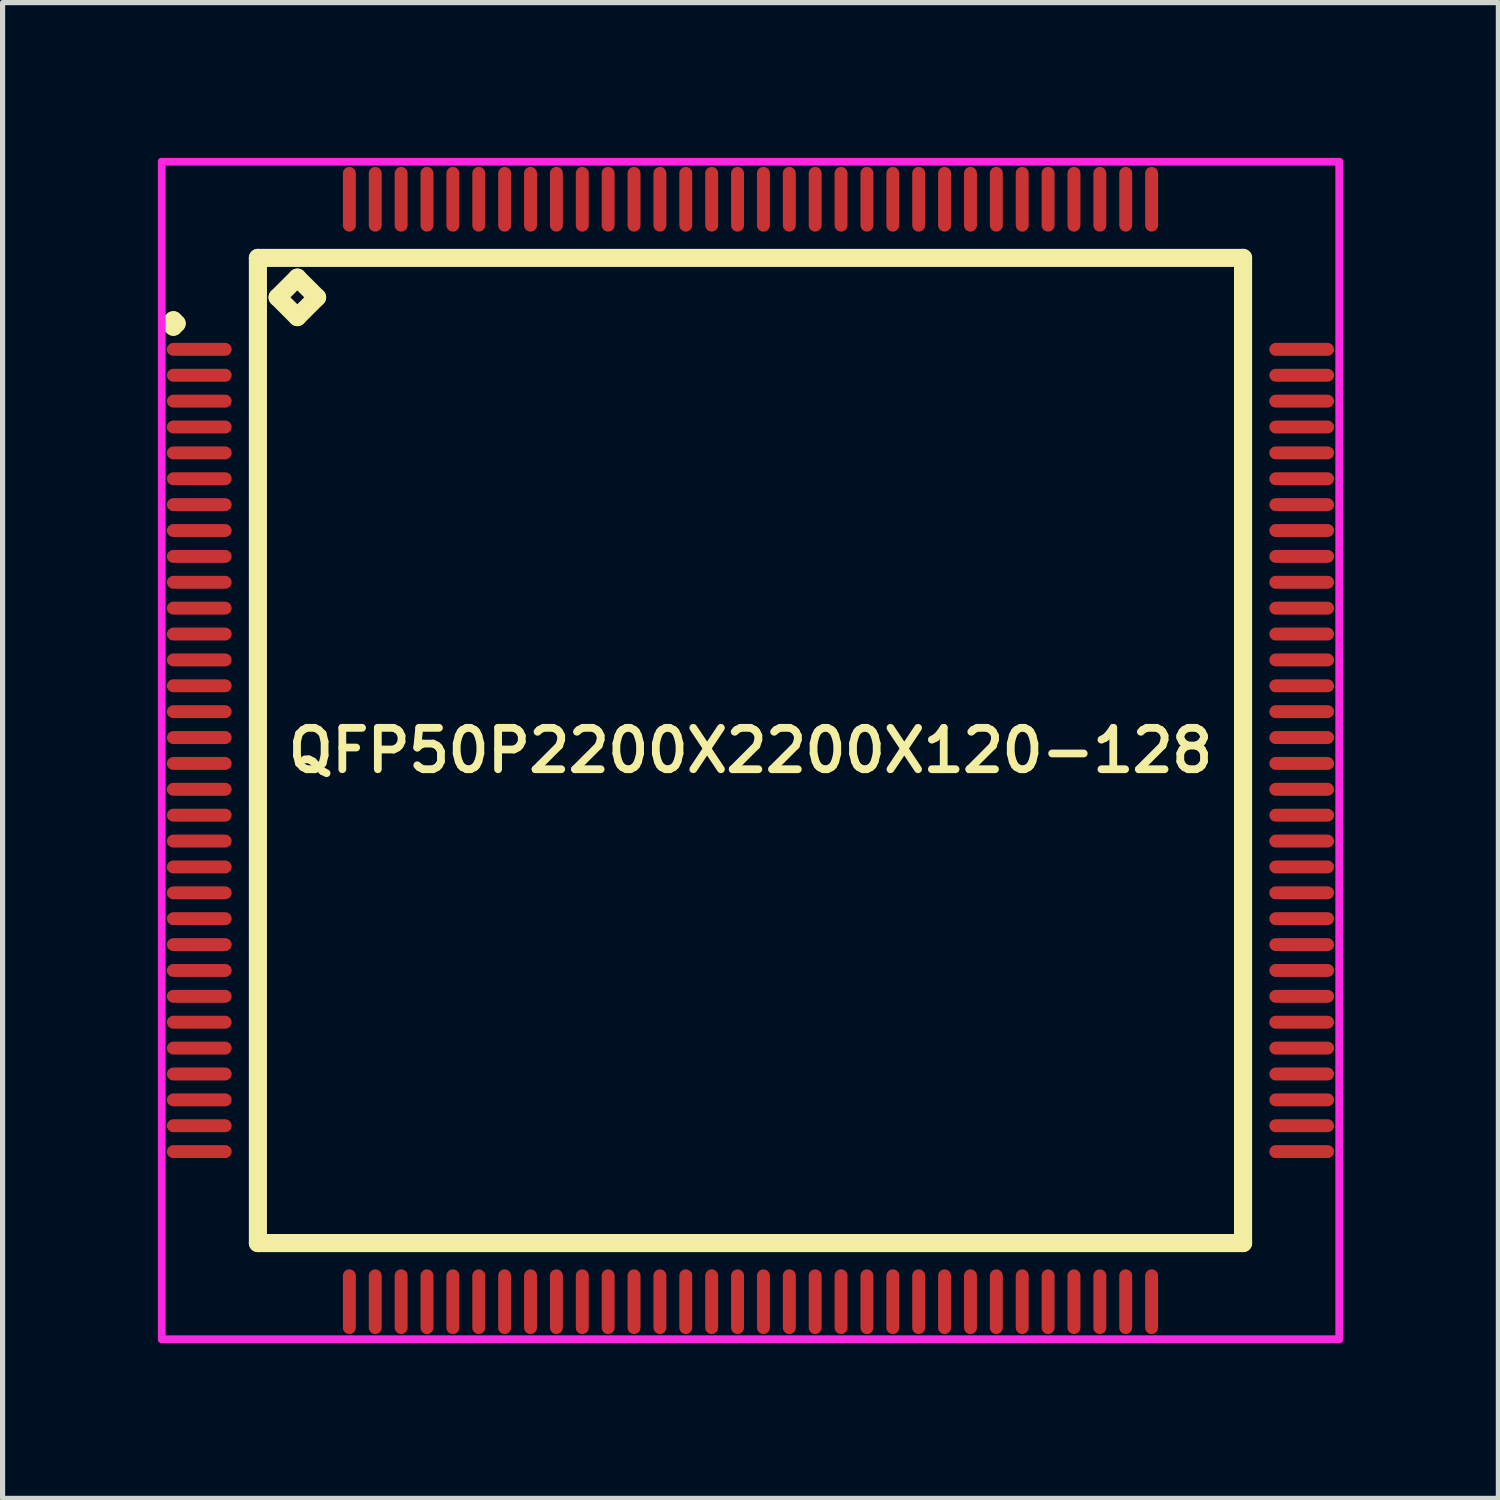
<source format=kicad_pcb>
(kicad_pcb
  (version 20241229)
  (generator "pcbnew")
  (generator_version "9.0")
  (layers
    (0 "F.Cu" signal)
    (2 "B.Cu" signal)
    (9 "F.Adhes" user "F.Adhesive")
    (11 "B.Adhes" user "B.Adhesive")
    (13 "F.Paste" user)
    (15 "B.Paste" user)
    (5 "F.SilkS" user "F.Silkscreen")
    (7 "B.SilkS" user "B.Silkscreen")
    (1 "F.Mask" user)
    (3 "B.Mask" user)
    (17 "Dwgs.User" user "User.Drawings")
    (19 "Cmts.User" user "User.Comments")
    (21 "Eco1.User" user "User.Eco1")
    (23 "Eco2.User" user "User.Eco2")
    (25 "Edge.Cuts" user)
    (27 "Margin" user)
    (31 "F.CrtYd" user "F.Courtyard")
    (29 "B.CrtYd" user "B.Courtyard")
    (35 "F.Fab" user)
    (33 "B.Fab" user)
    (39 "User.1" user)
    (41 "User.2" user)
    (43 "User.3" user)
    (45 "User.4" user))
  (footprint "QFP50P2200X2200X120-128"
    (layer "F.Cu")
    (at 11.45 11.45)
    (property "Reference" "QFP50P2200X2200X120-128" (at 0 0 0) (layer "F.SilkS") (effects (font (size 0.8 0.8) (thickness 0.15))))
    (attr smd)
    (fp_line (start -11.213 -8.25) (end -11.15 -8.312) (stroke (width 0.35) (type solid)) (layer "F.SilkS"))
    (fp_line (start -11.15 -8.312) (end -11.088 -8.25) (stroke (width 0.35) (type solid)) (layer "F.SilkS"))
    (fp_line (start -11.15 -8.188) (end -11.213 -8.25) (stroke (width 0.35) (type solid)) (layer "F.SilkS"))
    (fp_line (start -11.088 -8.25) (end -11.15 -8.188) (stroke (width 0.35) (type solid)) (layer "F.SilkS"))
    (fp_line (start -9.517 -9.517) (end -9.517 9.517) (stroke (width 0.35) (type solid)) (layer "F.SilkS"))
    (fp_line (start -9.517 9.517) (end 9.517 9.517) (stroke (width 0.35) (type solid)) (layer "F.SilkS"))
    (fp_line (start -9.136 -8.755) (end -8.755 -9.136) (stroke (width 0.35) (type solid)) (layer "F.SilkS"))
    (fp_line (start -8.755 -9.136) (end -8.374 -8.755) (stroke (width 0.35) (type solid)) (layer "F.SilkS"))
    (fp_line (start -8.755 -8.374) (end -9.136 -8.755) (stroke (width 0.35) (type solid)) (layer "F.SilkS"))
    (fp_line (start -8.374 -8.755) (end -8.755 -8.374) (stroke (width 0.35) (type solid)) (layer "F.SilkS"))
    (fp_line (start 9.517 -9.517) (end -9.517 -9.517) (stroke (width 0.35) (type solid)) (layer "F.SilkS"))
    (fp_line (start 9.517 9.517) (end 9.517 -9.517) (stroke (width 0.35) (type solid)) (layer "F.SilkS"))
    (fp_line (start -11.375 -11.375) (end 11.375 -11.375) (stroke (width 0.15) (type solid)) (layer "F.CrtYd"))
    (fp_line (start -11.375 11.375) (end -11.375 -11.375) (stroke (width 0.15) (type solid)) (layer "F.CrtYd"))
    (fp_line (start 11.375 -11.375) (end 11.375 11.375) (stroke (width 0.15) (type solid)) (layer "F.CrtYd"))
    (fp_line (start 11.375 11.375) (end -11.375 11.375) (stroke (width 0.15) (type solid)) (layer "F.CrtYd"))
    (pad "1" smd oval (at -10.65 -7.75) (size 1.25 0.25) (layers "F.Cu" "F.Mask" "F.Paste"))
    (pad "2" smd oval (at -10.65 -7.25) (size 1.25 0.25) (layers "F.Cu" "F.Mask" "F.Paste"))
    (pad "3" smd oval (at -10.65 -6.75) (size 1.25 0.25) (layers "F.Cu" "F.Mask" "F.Paste"))
    (pad "4" smd oval (at -10.65 -6.25) (size 1.25 0.25) (layers "F.Cu" "F.Mask" "F.Paste"))
    (pad "5" smd oval (at -10.65 -5.75) (size 1.25 0.25) (layers "F.Cu" "F.Mask" "F.Paste"))
    (pad "6" smd oval (at -10.65 -5.25) (size 1.25 0.25) (layers "F.Cu" "F.Mask" "F.Paste"))
    (pad "7" smd oval (at -10.65 -4.75) (size 1.25 0.25) (layers "F.Cu" "F.Mask" "F.Paste"))
    (pad "8" smd oval (at -10.65 -4.25) (size 1.25 0.25) (layers "F.Cu" "F.Mask" "F.Paste"))
    (pad "9" smd oval (at -10.65 -3.75) (size 1.25 0.25) (layers "F.Cu" "F.Mask" "F.Paste"))
    (pad "10" smd oval (at -10.65 -3.25) (size 1.25 0.25) (layers "F.Cu" "F.Mask" "F.Paste"))
    (pad "11" smd oval (at -10.65 -2.75) (size 1.25 0.25) (layers "F.Cu" "F.Mask" "F.Paste"))
    (pad "12" smd oval (at -10.65 -2.25) (size 1.25 0.25) (layers "F.Cu" "F.Mask" "F.Paste"))
    (pad "13" smd oval (at -10.65 -1.75) (size 1.25 0.25) (layers "F.Cu" "F.Mask" "F.Paste"))
    (pad "14" smd oval (at -10.65 -1.25) (size 1.25 0.25) (layers "F.Cu" "F.Mask" "F.Paste"))
    (pad "15" smd oval (at -10.65 -0.75) (size 1.25 0.25) (layers "F.Cu" "F.Mask" "F.Paste"))
    (pad "16" smd oval (at -10.65 -0.25) (size 1.25 0.25) (layers "F.Cu" "F.Mask" "F.Paste"))
    (pad "17" smd oval (at -10.65 0.25) (size 1.25 0.25) (layers "F.Cu" "F.Mask" "F.Paste"))
    (pad "18" smd oval (at -10.65 0.75) (size 1.25 0.25) (layers "F.Cu" "F.Mask" "F.Paste"))
    (pad "19" smd oval (at -10.65 1.25) (size 1.25 0.25) (layers "F.Cu" "F.Mask" "F.Paste"))
    (pad "20" smd oval (at -10.65 1.75) (size 1.25 0.25) (layers "F.Cu" "F.Mask" "F.Paste"))
    (pad "21" smd oval (at -10.65 2.25) (size 1.25 0.25) (layers "F.Cu" "F.Mask" "F.Paste"))
    (pad "22" smd oval (at -10.65 2.75) (size 1.25 0.25) (layers "F.Cu" "F.Mask" "F.Paste"))
    (pad "23" smd oval (at -10.65 3.25) (size 1.25 0.25) (layers "F.Cu" "F.Mask" "F.Paste"))
    (pad "24" smd oval (at -10.65 3.75) (size 1.25 0.25) (layers "F.Cu" "F.Mask" "F.Paste"))
    (pad "25" smd oval (at -10.65 4.25) (size 1.25 0.25) (layers "F.Cu" "F.Mask" "F.Paste"))
    (pad "26" smd oval (at -10.65 4.75) (size 1.25 0.25) (layers "F.Cu" "F.Mask" "F.Paste"))
    (pad "27" smd oval (at -10.65 5.25) (size 1.25 0.25) (layers "F.Cu" "F.Mask" "F.Paste"))
    (pad "28" smd oval (at -10.65 5.75) (size 1.25 0.25) (layers "F.Cu" "F.Mask" "F.Paste"))
    (pad "29" smd oval (at -10.65 6.25) (size 1.25 0.25) (layers "F.Cu" "F.Mask" "F.Paste"))
    (pad "30" smd oval (at -10.65 6.75) (size 1.25 0.25) (layers "F.Cu" "F.Mask" "F.Paste"))
    (pad "31" smd oval (at -10.65 7.25) (size 1.25 0.25) (layers "F.Cu" "F.Mask" "F.Paste"))
    (pad "32" smd oval (at -10.65 7.75) (size 1.25 0.25) (layers "F.Cu" "F.Mask" "F.Paste"))
    (pad "33" smd oval (at -7.75 10.65) (size 0.25 1.25) (layers "F.Cu" "F.Mask" "F.Paste"))
    (pad "34" smd oval (at -7.25 10.65) (size 0.25 1.25) (layers "F.Cu" "F.Mask" "F.Paste"))
    (pad "35" smd oval (at -6.75 10.65) (size 0.25 1.25) (layers "F.Cu" "F.Mask" "F.Paste"))
    (pad "36" smd oval (at -6.25 10.65) (size 0.25 1.25) (layers "F.Cu" "F.Mask" "F.Paste"))
    (pad "37" smd oval (at -5.75 10.65) (size 0.25 1.25) (layers "F.Cu" "F.Mask" "F.Paste"))
    (pad "38" smd oval (at -5.25 10.65) (size 0.25 1.25) (layers "F.Cu" "F.Mask" "F.Paste"))
    (pad "39" smd oval (at -4.75 10.65) (size 0.25 1.25) (layers "F.Cu" "F.Mask" "F.Paste"))
    (pad "40" smd oval (at -4.25 10.65) (size 0.25 1.25) (layers "F.Cu" "F.Mask" "F.Paste"))
    (pad "41" smd oval (at -3.75 10.65) (size 0.25 1.25) (layers "F.Cu" "F.Mask" "F.Paste"))
    (pad "42" smd oval (at -3.25 10.65) (size 0.25 1.25) (layers "F.Cu" "F.Mask" "F.Paste"))
    (pad "43" smd oval (at -2.75 10.65) (size 0.25 1.25) (layers "F.Cu" "F.Mask" "F.Paste"))
    (pad "44" smd oval (at -2.25 10.65) (size 0.25 1.25) (layers "F.Cu" "F.Mask" "F.Paste"))
    (pad "45" smd oval (at -1.75 10.65) (size 0.25 1.25) (layers "F.Cu" "F.Mask" "F.Paste"))
    (pad "46" smd oval (at -1.25 10.65) (size 0.25 1.25) (layers "F.Cu" "F.Mask" "F.Paste"))
    (pad "47" smd oval (at -0.75 10.65) (size 0.25 1.25) (layers "F.Cu" "F.Mask" "F.Paste"))
    (pad "48" smd oval (at -0.25 10.65) (size 0.25 1.25) (layers "F.Cu" "F.Mask" "F.Paste"))
    (pad "49" smd oval (at 0.25 10.65) (size 0.25 1.25) (layers "F.Cu" "F.Mask" "F.Paste"))
    (pad "50" smd oval (at 0.75 10.65) (size 0.25 1.25) (layers "F.Cu" "F.Mask" "F.Paste"))
    (pad "51" smd oval (at 1.25 10.65) (size 0.25 1.25) (layers "F.Cu" "F.Mask" "F.Paste"))
    (pad "52" smd oval (at 1.75 10.65) (size 0.25 1.25) (layers "F.Cu" "F.Mask" "F.Paste"))
    (pad "53" smd oval (at 2.25 10.65) (size 0.25 1.25) (layers "F.Cu" "F.Mask" "F.Paste"))
    (pad "54" smd oval (at 2.75 10.65) (size 0.25 1.25) (layers "F.Cu" "F.Mask" "F.Paste"))
    (pad "55" smd oval (at 3.25 10.65) (size 0.25 1.25) (layers "F.Cu" "F.Mask" "F.Paste"))
    (pad "56" smd oval (at 3.75 10.65) (size 0.25 1.25) (layers "F.Cu" "F.Mask" "F.Paste"))
    (pad "57" smd oval (at 4.25 10.65) (size 0.25 1.25) (layers "F.Cu" "F.Mask" "F.Paste"))
    (pad "58" smd oval (at 4.75 10.65) (size 0.25 1.25) (layers "F.Cu" "F.Mask" "F.Paste"))
    (pad "59" smd oval (at 5.25 10.65) (size 0.25 1.25) (layers "F.Cu" "F.Mask" "F.Paste"))
    (pad "60" smd oval (at 5.75 10.65) (size 0.25 1.25) (layers "F.Cu" "F.Mask" "F.Paste"))
    (pad "61" smd oval (at 6.25 10.65) (size 0.25 1.25) (layers "F.Cu" "F.Mask" "F.Paste"))
    (pad "62" smd oval (at 6.75 10.65) (size 0.25 1.25) (layers "F.Cu" "F.Mask" "F.Paste"))
    (pad "63" smd oval (at 7.25 10.65) (size 0.25 1.25) (layers "F.Cu" "F.Mask" "F.Paste"))
    (pad "64" smd oval (at 7.75 10.65) (size 0.25 1.25) (layers "F.Cu" "F.Mask" "F.Paste"))
    (pad "65" smd oval (at 10.65 7.75) (size 1.25 0.25) (layers "F.Cu" "F.Mask" "F.Paste"))
    (pad "66" smd oval (at 10.65 7.25) (size 1.25 0.25) (layers "F.Cu" "F.Mask" "F.Paste"))
    (pad "67" smd oval (at 10.65 6.75) (size 1.25 0.25) (layers "F.Cu" "F.Mask" "F.Paste"))
    (pad "68" smd oval (at 10.65 6.25) (size 1.25 0.25) (layers "F.Cu" "F.Mask" "F.Paste"))
    (pad "69" smd oval (at 10.65 5.75) (size 1.25 0.25) (layers "F.Cu" "F.Mask" "F.Paste"))
    (pad "70" smd oval (at 10.65 5.25) (size 1.25 0.25) (layers "F.Cu" "F.Mask" "F.Paste"))
    (pad "71" smd oval (at 10.65 4.75) (size 1.25 0.25) (layers "F.Cu" "F.Mask" "F.Paste"))
    (pad "72" smd oval (at 10.65 4.25) (size 1.25 0.25) (layers "F.Cu" "F.Mask" "F.Paste"))
    (pad "73" smd oval (at 10.65 3.75) (size 1.25 0.25) (layers "F.Cu" "F.Mask" "F.Paste"))
    (pad "74" smd oval (at 10.65 3.25) (size 1.25 0.25) (layers "F.Cu" "F.Mask" "F.Paste"))
    (pad "75" smd oval (at 10.65 2.75) (size 1.25 0.25) (layers "F.Cu" "F.Mask" "F.Paste"))
    (pad "76" smd oval (at 10.65 2.25) (size 1.25 0.25) (layers "F.Cu" "F.Mask" "F.Paste"))
    (pad "77" smd oval (at 10.65 1.75) (size 1.25 0.25) (layers "F.Cu" "F.Mask" "F.Paste"))
    (pad "78" smd oval (at 10.65 1.25) (size 1.25 0.25) (layers "F.Cu" "F.Mask" "F.Paste"))
    (pad "79" smd oval (at 10.65 0.75) (size 1.25 0.25) (layers "F.Cu" "F.Mask" "F.Paste"))
    (pad "80" smd oval (at 10.65 0.25) (size 1.25 0.25) (layers "F.Cu" "F.Mask" "F.Paste"))
    (pad "81" smd oval (at 10.65 -0.25) (size 1.25 0.25) (layers "F.Cu" "F.Mask" "F.Paste"))
    (pad "82" smd oval (at 10.65 -0.75) (size 1.25 0.25) (layers "F.Cu" "F.Mask" "F.Paste"))
    (pad "83" smd oval (at 10.65 -1.25) (size 1.25 0.25) (layers "F.Cu" "F.Mask" "F.Paste"))
    (pad "84" smd oval (at 10.65 -1.75) (size 1.25 0.25) (layers "F.Cu" "F.Mask" "F.Paste"))
    (pad "85" smd oval (at 10.65 -2.25) (size 1.25 0.25) (layers "F.Cu" "F.Mask" "F.Paste"))
    (pad "86" smd oval (at 10.65 -2.75) (size 1.25 0.25) (layers "F.Cu" "F.Mask" "F.Paste"))
    (pad "87" smd oval (at 10.65 -3.25) (size 1.25 0.25) (layers "F.Cu" "F.Mask" "F.Paste"))
    (pad "88" smd oval (at 10.65 -3.75) (size 1.25 0.25) (layers "F.Cu" "F.Mask" "F.Paste"))
    (pad "89" smd oval (at 10.65 -4.25) (size 1.25 0.25) (layers "F.Cu" "F.Mask" "F.Paste"))
    (pad "90" smd oval (at 10.65 -4.75) (size 1.25 0.25) (layers "F.Cu" "F.Mask" "F.Paste"))
    (pad "91" smd oval (at 10.65 -5.25) (size 1.25 0.25) (layers "F.Cu" "F.Mask" "F.Paste"))
    (pad "92" smd oval (at 10.65 -5.75) (size 1.25 0.25) (layers "F.Cu" "F.Mask" "F.Paste"))
    (pad "93" smd oval (at 10.65 -6.25) (size 1.25 0.25) (layers "F.Cu" "F.Mask" "F.Paste"))
    (pad "94" smd oval (at 10.65 -6.75) (size 1.25 0.25) (layers "F.Cu" "F.Mask" "F.Paste"))
    (pad "95" smd oval (at 10.65 -7.25) (size 1.25 0.25) (layers "F.Cu" "F.Mask" "F.Paste"))
    (pad "96" smd oval (at 10.65 -7.75) (size 1.25 0.25) (layers "F.Cu" "F.Mask" "F.Paste"))
    (pad "97" smd oval (at 7.75 -10.65) (size 0.25 1.25) (layers "F.Cu" "F.Mask" "F.Paste"))
    (pad "98" smd oval (at 7.25 -10.65) (size 0.25 1.25) (layers "F.Cu" "F.Mask" "F.Paste"))
    (pad "99" smd oval (at 6.75 -10.65) (size 0.25 1.25) (layers "F.Cu" "F.Mask" "F.Paste"))
    (pad "100" smd oval (at 6.25 -10.65) (size 0.25 1.25) (layers "F.Cu" "F.Mask" "F.Paste"))
    (pad "101" smd oval (at 5.75 -10.65) (size 0.25 1.25) (layers "F.Cu" "F.Mask" "F.Paste"))
    (pad "102" smd oval (at 5.25 -10.65) (size 0.25 1.25) (layers "F.Cu" "F.Mask" "F.Paste"))
    (pad "103" smd oval (at 4.75 -10.65) (size 0.25 1.25) (layers "F.Cu" "F.Mask" "F.Paste"))
    (pad "104" smd oval (at 4.25 -10.65) (size 0.25 1.25) (layers "F.Cu" "F.Mask" "F.Paste"))
    (pad "105" smd oval (at 3.75 -10.65) (size 0.25 1.25) (layers "F.Cu" "F.Mask" "F.Paste"))
    (pad "106" smd oval (at 3.25 -10.65) (size 0.25 1.25) (layers "F.Cu" "F.Mask" "F.Paste"))
    (pad "107" smd oval (at 2.75 -10.65) (size 0.25 1.25) (layers "F.Cu" "F.Mask" "F.Paste"))
    (pad "108" smd oval (at 2.25 -10.65) (size 0.25 1.25) (layers "F.Cu" "F.Mask" "F.Paste"))
    (pad "109" smd oval (at 1.75 -10.65) (size 0.25 1.25) (layers "F.Cu" "F.Mask" "F.Paste"))
    (pad "110" smd oval (at 1.25 -10.65) (size 0.25 1.25) (layers "F.Cu" "F.Mask" "F.Paste"))
    (pad "111" smd oval (at 0.75 -10.65) (size 0.25 1.25) (layers "F.Cu" "F.Mask" "F.Paste"))
    (pad "112" smd oval (at 0.25 -10.65) (size 0.25 1.25) (layers "F.Cu" "F.Mask" "F.Paste"))
    (pad "113" smd oval (at -0.25 -10.65) (size 0.25 1.25) (layers "F.Cu" "F.Mask" "F.Paste"))
    (pad "114" smd oval (at -0.75 -10.65) (size 0.25 1.25) (layers "F.Cu" "F.Mask" "F.Paste"))
    (pad "115" smd oval (at -1.25 -10.65) (size 0.25 1.25) (layers "F.Cu" "F.Mask" "F.Paste"))
    (pad "116" smd oval (at -1.75 -10.65) (size 0.25 1.25) (layers "F.Cu" "F.Mask" "F.Paste"))
    (pad "117" smd oval (at -2.25 -10.65) (size 0.25 1.25) (layers "F.Cu" "F.Mask" "F.Paste"))
    (pad "118" smd oval (at -2.75 -10.65) (size 0.25 1.25) (layers "F.Cu" "F.Mask" "F.Paste"))
    (pad "119" smd oval (at -3.25 -10.65) (size 0.25 1.25) (layers "F.Cu" "F.Mask" "F.Paste"))
    (pad "120" smd oval (at -3.75 -10.65) (size 0.25 1.25) (layers "F.Cu" "F.Mask" "F.Paste"))
    (pad "121" smd oval (at -4.25 -10.65) (size 0.25 1.25) (layers "F.Cu" "F.Mask" "F.Paste"))
    (pad "122" smd oval (at -4.75 -10.65) (size 0.25 1.25) (layers "F.Cu" "F.Mask" "F.Paste"))
    (pad "123" smd oval (at -5.25 -10.65) (size 0.25 1.25) (layers "F.Cu" "F.Mask" "F.Paste"))
    (pad "124" smd oval (at -5.75 -10.65) (size 0.25 1.25) (layers "F.Cu" "F.Mask" "F.Paste"))
    (pad "125" smd oval (at -6.25 -10.65) (size 0.25 1.25) (layers "F.Cu" "F.Mask" "F.Paste"))
    (pad "126" smd oval (at -6.75 -10.65) (size 0.25 1.25) (layers "F.Cu" "F.Mask" "F.Paste"))
    (pad "127" smd oval (at -7.25 -10.65) (size 0.25 1.25) (layers "F.Cu" "F.Mask" "F.Paste"))
    (pad "128" smd oval (at -7.75 -10.65) (size 0.25 1.25) (layers "F.Cu" "F.Mask" "F.Paste")))
  (gr_rect
    (start -3 -3)
    (end 25.9 25.9)
    (stroke (width 0.1) (type default))
    (fill no)
    (layer "Edge.Cuts")))
</source>
